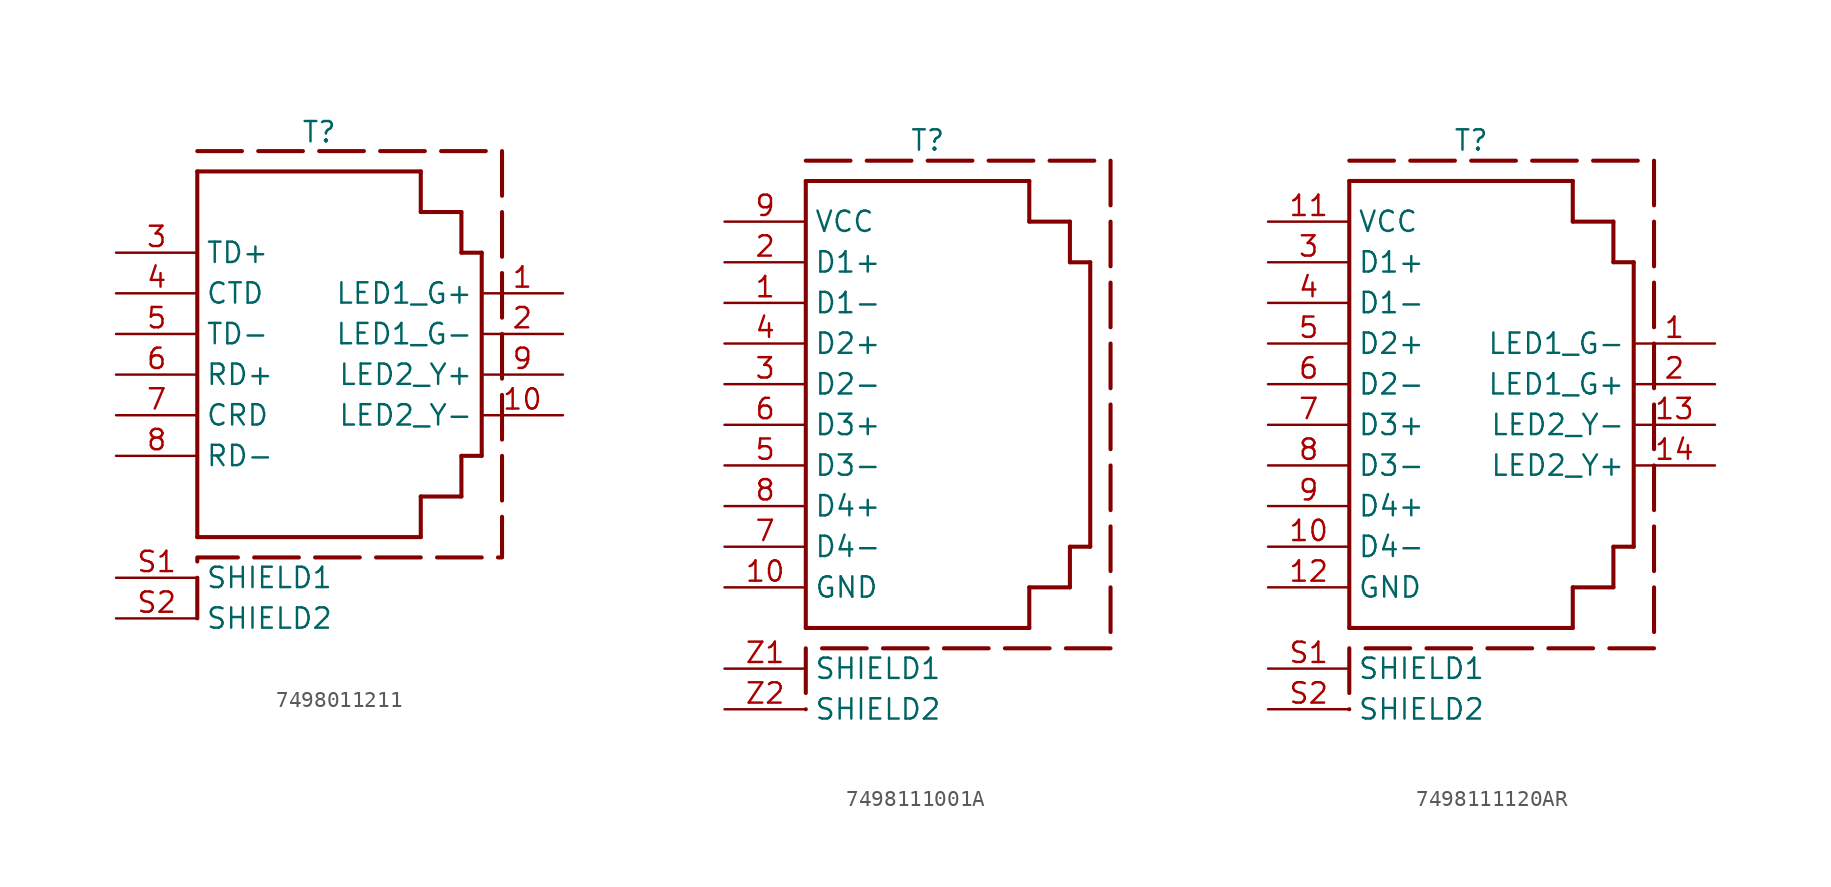
<source format=kicad_sym>
(kicad_symbol_lib
  (version 20220914)
  (generator kicad_symbol_editor)
  (symbol "7498011211"
    (property "Reference" "T"
      (at 0 15.16 0)
      (effects (font (size 1.27 1.27))))
    (property "Critical Parameter" ""
      (at 0 -5.08 0)
      (effects (font (size 1.27 1.27)) (justify left)))
    (symbol "7498011211_0_0"
      (polyline (pts (xy -7.62 -10.16) (xy -7.62 12.7)) (stroke (width 0.254) (type default)) (fill (type none)))
      (polyline (pts (xy -7.62 12.7) (xy 6.35 12.7)) (stroke (width 0.254) (type default)) (fill (type none)))
      (polyline (pts (xy 6.35 -10.16) (xy -7.62 -10.16)) (stroke (width 0.254) (type default)) (fill (type none)))
      (polyline (pts (xy 6.35 -10.16) (xy 6.35 -7.62)) (stroke (width 0.254) (type default)) (fill (type none)))
      (polyline (pts (xy 6.35 -7.62) (xy 8.89 -7.62)) (stroke (width 0.254) (type default)) (fill (type none)))
      (polyline (pts (xy 6.35 10.16) (xy 8.89 10.16)) (stroke (width 0.254) (type default)) (fill (type none)))
      (polyline (pts (xy 6.35 12.7) (xy 6.35 10.16)) (stroke (width 0.254) (type default)) (fill (type none)))
      (polyline (pts (xy 8.89 -7.62) (xy 8.89 -5.08)) (stroke (width 0.254) (type default)) (fill (type none)))
      (polyline (pts (xy 8.89 -5.08) (xy 10.16 -5.08)) (stroke (width 0.254) (type default)) (fill (type none)))
      (polyline (pts (xy 8.89 7.62) (xy 10.16 7.62)) (stroke (width 0.254) (type default)) (fill (type none)))
      (polyline (pts (xy 8.89 10.16) (xy 8.89 7.62)) (stroke (width 0.254) (type default)) (fill (type none)))
      (polyline (pts (xy 10.16 7.62) (xy 10.16 -5.08)) (stroke (width 0.254) (type default)) (fill (type none)))
      (pin passive line (at -12.7 7.62 0) (length 5.08) (name "TD+" (effects (font (size 1.27 1.27)))) (number "3" (effects (font (size 1.27 1.27)))))
      (pin passive line (at -12.7 5.08 0) (length 5.08) (name "CTD" (effects (font (size 1.27 1.27)))) (number "4" (effects (font (size 1.27 1.27)))))
      (pin passive line (at -12.7 2.54 0) (length 5.08) (name "TD-" (effects (font (size 1.27 1.27)))) (number "5" (effects (font (size 1.27 1.27)))))
      (pin passive line (at -12.7 0 0) (length 5.08) (name "RD+" (effects (font (size 1.27 1.27)))) (number "6" (effects (font (size 1.27 1.27)))))
      (pin passive line (at -12.7 -2.54 0) (length 5.08) (name "CRD" (effects (font (size 1.27 1.27)))) (number "7" (effects (font (size 1.27 1.27)))))
      (pin passive line (at -12.7 -5.08 0) (length 5.08) (name "RD-" (effects (font (size 1.27 1.27)))) (number "8" (effects (font (size 1.27 1.27)))))
      (pin passive line (at -12.7 -12.7 0) (length 5.08) (name "SHIELD1" (effects (font (size 1.27 1.27)))) (number "S1" (effects (font (size 1.27 1.27)))))
      (pin passive line (at -12.7 -15.24 0) (length 5.08) (name "SHIELD2" (effects (font (size 1.27 1.27)))) (number "S2" (effects (font (size 1.27 1.27))))))
    (symbol "7498011211_1_0"
      (pin passive line (at 15.24 5.08 180) (length 5.08) (name "LED1_G+" (effects (font (size 1.27 1.27)))) (number "1" (effects (font (size 1.27 1.27)))))
      (pin passive line (at 15.24 -2.54 180) (length 5.08) (name "LED2_Y-" (effects (font (size 1.27 1.27)))) (number "10" (effects (font (size 1.27 1.27)))))
      (pin passive line (at 15.24 2.54 180) (length 5.08) (name "LED1_G-" (effects (font (size 1.27 1.27)))) (number "2" (effects (font (size 1.27 1.27)))))
      (pin passive line (at 15.24 0 180) (length 5.08) (name "LED2_Y+" (effects (font (size 1.27 1.27)))) (number "9" (effects (font (size 1.27 1.27))))))
    (symbol "7498011211_1_1"
      (polyline (pts (xy -7.62 13.97) (xy 11.43 13.97) (xy 11.43 -11.43) (xy -7.62 -11.43) (xy -7.62 -15.24)) (stroke (width 0.254) (type dash)) (fill (type none)))))
  (symbol "7498111001A"
    (property "Reference" "T"
      (at 0 17.78 0)
      (effects (font (size 1.27 1.27))))
    (property "Critical Parameter" ""
      (at 0 -5.08 0)
      (effects (font (size 1.27 1.27)) (justify left)))
    (symbol "7498111001A_0_0"
      (polyline (pts (xy -7.62 -12.7) (xy -7.62 15.24)) (stroke (width 0.254) (type default)) (fill (type none)))
      (polyline (pts (xy -7.62 15.24) (xy 6.35 15.24)) (stroke (width 0.254) (type default)) (fill (type none)))
      (polyline (pts (xy 6.35 -12.7) (xy -7.62 -12.7)) (stroke (width 0.254) (type default)) (fill (type none)))
      (polyline (pts (xy 6.35 -12.7) (xy 6.35 -10.16)) (stroke (width 0.254) (type default)) (fill (type none)))
      (polyline (pts (xy 6.35 -10.16) (xy 8.89 -10.16)) (stroke (width 0.254) (type default)) (fill (type none)))
      (polyline (pts (xy 6.35 12.7) (xy 8.89 12.7)) (stroke (width 0.254) (type default)) (fill (type none)))
      (polyline (pts (xy 6.35 15.24) (xy 6.35 12.7)) (stroke (width 0.254) (type default)) (fill (type none)))
      (polyline (pts (xy 8.89 -10.16) (xy 8.89 -7.62)) (stroke (width 0.254) (type default)) (fill (type none)))
      (polyline (pts (xy 8.89 -7.62) (xy 10.16 -7.62)) (stroke (width 0.254) (type default)) (fill (type none)))
      (polyline (pts (xy 8.89 10.16) (xy 10.16 10.16)) (stroke (width 0.254) (type default)) (fill (type none)))
      (polyline (pts (xy 8.89 12.7) (xy 8.89 10.16)) (stroke (width 0.254) (type default)) (fill (type none)))
      (polyline (pts (xy 10.16 10.16) (xy 10.16 -7.62)) (stroke (width 0.254) (type default)) (fill (type none)))
      (pin passive line (at -12.7 7.62 0) (length 5.08) (name "D1-" (effects (font (size 1.27 1.27)))) (number "1" (effects (font (size 1.27 1.27)))))
      (pin passive line (at -12.7 -10.16 0) (length 5.08) (name "GND" (effects (font (size 1.27 1.27)))) (number "10" (effects (font (size 1.27 1.27)))))
      (pin passive line (at -12.7 10.16 0) (length 5.08) (name "D1+" (effects (font (size 1.27 1.27)))) (number "2" (effects (font (size 1.27 1.27)))))
      (pin passive line (at -12.7 2.54 0) (length 5.08) (name "D2-" (effects (font (size 1.27 1.27)))) (number "3" (effects (font (size 1.27 1.27)))))
      (pin passive line (at -12.7 5.08 0) (length 5.08) (name "D2+" (effects (font (size 1.27 1.27)))) (number "4" (effects (font (size 1.27 1.27)))))
      (pin passive line (at -12.7 -2.54 0) (length 5.08) (name "D3-" (effects (font (size 1.27 1.27)))) (number "5" (effects (font (size 1.27 1.27)))))
      (pin passive line (at -12.7 0 0) (length 5.08) (name "D3+" (effects (font (size 1.27 1.27)))) (number "6" (effects (font (size 1.27 1.27)))))
      (pin passive line (at -12.7 -7.62 0) (length 5.08) (name "D4-" (effects (font (size 1.27 1.27)))) (number "7" (effects (font (size 1.27 1.27)))))
      (pin passive line (at -12.7 -5.08 0) (length 5.08) (name "D4+" (effects (font (size 1.27 1.27)))) (number "8" (effects (font (size 1.27 1.27)))))
      (pin passive line (at -12.7 12.7 0) (length 5.08) (name "VCC" (effects (font (size 1.27 1.27)))) (number "9" (effects (font (size 1.27 1.27)))))
      (pin passive line (at -12.7 -15.24 0) (length 5.08) (name "SHIELD1" (effects (font (size 1.27 1.27)))) (number "Z1" (effects (font (size 1.27 1.27)))))
      (pin passive line (at -12.7 -17.78 0) (length 5.08) (name "SHIELD2" (effects (font (size 1.27 1.27)))) (number "Z2" (effects (font (size 1.27 1.27))))))
    (symbol "7498111001A_1_1"
      (polyline (pts (xy -7.62 16.51) (xy 11.43 16.51) (xy 11.43 -13.97) (xy -7.62 -13.97) (xy -7.62 -17.78)) (stroke (width 0.254) (type dash)) (fill (type none)))))
  (symbol "7498111120AR"
    (property "Reference" "T"
      (at 0 17.78 0)
      (effects (font (size 1.27 1.27))))
    (property "Critical Parameter" ""
      (at 0 -5.08 0)
      (effects (font (size 1.27 1.27)) (justify left)))
    (symbol "7498111120AR_0_0"
      (polyline (pts (xy -7.62 -12.7) (xy -7.62 15.24)) (stroke (width 0.254) (type default)) (fill (type none)))
      (polyline (pts (xy -7.62 15.24) (xy 6.35 15.24)) (stroke (width 0.254) (type default)) (fill (type none)))
      (polyline (pts (xy 6.35 -12.7) (xy -7.62 -12.7)) (stroke (width 0.254) (type default)) (fill (type none)))
      (polyline (pts (xy 6.35 -12.7) (xy 6.35 -10.16)) (stroke (width 0.254) (type default)) (fill (type none)))
      (polyline (pts (xy 6.35 -10.16) (xy 8.89 -10.16)) (stroke (width 0.254) (type default)) (fill (type none)))
      (polyline (pts (xy 6.35 12.7) (xy 8.89 12.7)) (stroke (width 0.254) (type default)) (fill (type none)))
      (polyline (pts (xy 6.35 15.24) (xy 6.35 12.7)) (stroke (width 0.254) (type default)) (fill (type none)))
      (polyline (pts (xy 8.89 -10.16) (xy 8.89 -7.62)) (stroke (width 0.254) (type default)) (fill (type none)))
      (polyline (pts (xy 8.89 -7.62) (xy 10.16 -7.62)) (stroke (width 0.254) (type default)) (fill (type none)))
      (polyline (pts (xy 8.89 10.16) (xy 10.16 10.16)) (stroke (width 0.254) (type default)) (fill (type none)))
      (polyline (pts (xy 8.89 12.7) (xy 8.89 10.16)) (stroke (width 0.254) (type default)) (fill (type none)))
      (polyline (pts (xy 10.16 10.16) (xy 10.16 -7.62)) (stroke (width 0.254) (type default)) (fill (type none)))
      (pin passive line (at -12.7 -7.62 0) (length 5.08) (name "D4-" (effects (font (size 1.27 1.27)))) (number "10" (effects (font (size 1.27 1.27)))))
      (pin passive line (at -12.7 12.7 0) (length 5.08) (name "VCC" (effects (font (size 1.27 1.27)))) (number "11" (effects (font (size 1.27 1.27)))))
      (pin passive line (at -12.7 -10.16 0) (length 5.08) (name "GND" (effects (font (size 1.27 1.27)))) (number "12" (effects (font (size 1.27 1.27)))))
      (pin passive line (at -12.7 10.16 0) (length 5.08) (name "D1+" (effects (font (size 1.27 1.27)))) (number "3" (effects (font (size 1.27 1.27)))))
      (pin passive line (at -12.7 7.62 0) (length 5.08) (name "D1-" (effects (font (size 1.27 1.27)))) (number "4" (effects (font (size 1.27 1.27)))))
      (pin passive line (at -12.7 5.08 0) (length 5.08) (name "D2+" (effects (font (size 1.27 1.27)))) (number "5" (effects (font (size 1.27 1.27)))))
      (pin passive line (at -12.7 2.54 0) (length 5.08) (name "D2-" (effects (font (size 1.27 1.27)))) (number "6" (effects (font (size 1.27 1.27)))))
      (pin passive line (at -12.7 0 0) (length 5.08) (name "D3+" (effects (font (size 1.27 1.27)))) (number "7" (effects (font (size 1.27 1.27)))))
      (pin passive line (at -12.7 -2.54 0) (length 5.08) (name "D3-" (effects (font (size 1.27 1.27)))) (number "8" (effects (font (size 1.27 1.27)))))
      (pin passive line (at -12.7 -5.08 0) (length 5.08) (name "D4+" (effects (font (size 1.27 1.27)))) (number "9" (effects (font (size 1.27 1.27)))))
      (pin passive line (at -12.7 -15.24 0) (length 5.08) (name "SHIELD1" (effects (font (size 1.27 1.27)))) (number "S1" (effects (font (size 1.27 1.27)))))
      (pin passive line (at -12.7 -17.78 0) (length 5.08) (name "SHIELD2" (effects (font (size 1.27 1.27)))) (number "S2" (effects (font (size 1.27 1.27))))))
    (symbol "7498111120AR_1_0"
      (pin passive line (at 15.24 5.08 180) (length 5.08) (name "LED1_G-" (effects (font (size 1.27 1.27)))) (number "1" (effects (font (size 1.27 1.27)))))
      (pin passive line (at 15.24 0 180) (length 5.08) (name "LED2_Y-" (effects (font (size 1.27 1.27)))) (number "13" (effects (font (size 1.27 1.27)))))
      (pin passive line (at 15.24 -2.54 180) (length 5.08) (name "LED2_Y+" (effects (font (size 1.27 1.27)))) (number "14" (effects (font (size 1.27 1.27)))))
      (pin passive line (at 15.24 2.54 180) (length 5.08) (name "LED1_G+" (effects (font (size 1.27 1.27)))) (number "2" (effects (font (size 1.27 1.27))))))
    (symbol "7498111120AR_1_1"
      (polyline (pts (xy -7.62 16.51) (xy 11.43 16.51) (xy 11.43 -13.97) (xy -7.62 -13.97) (xy -7.62 -17.78)) (stroke (width 0.254) (type dash)) (fill (type none))))))
</source>
